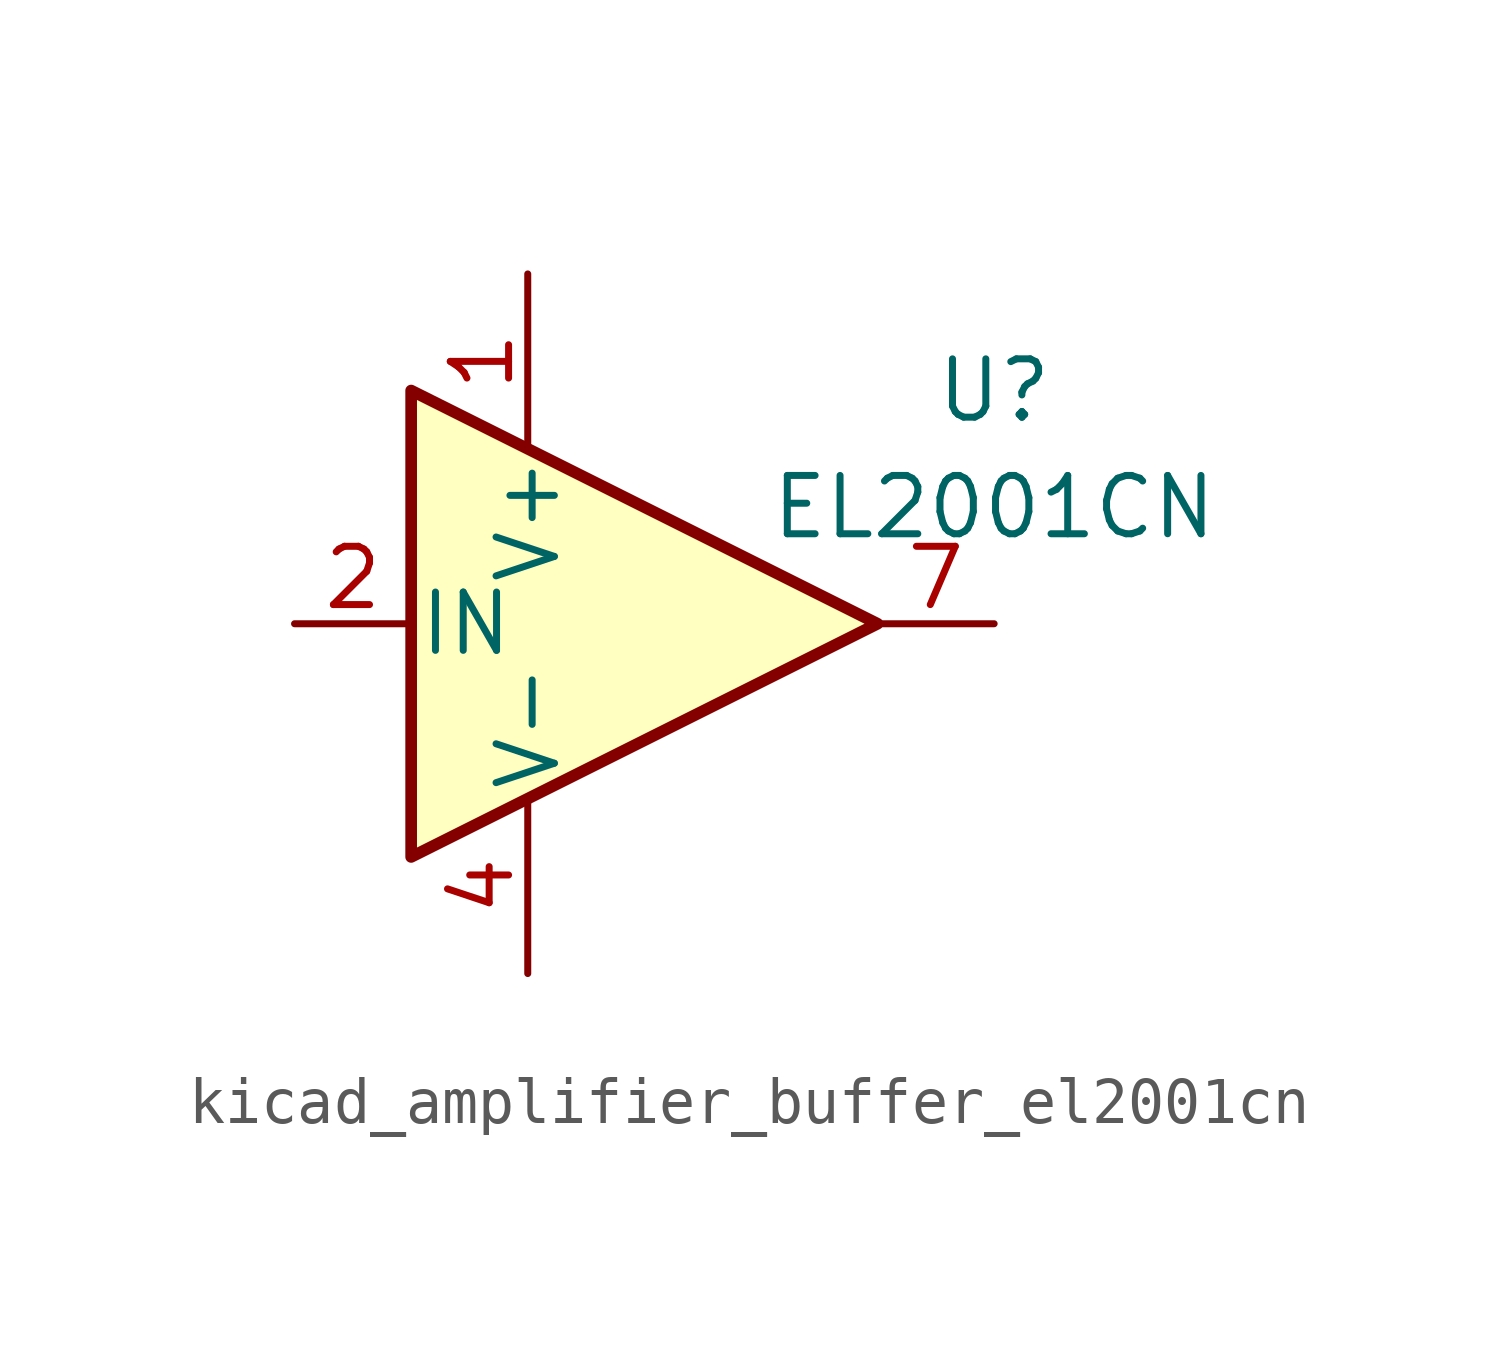
<source format=kicad_sym>
(kicad_symbol_lib
  (version 20220914)
  (generator kicad_symbol_editor)
  (symbol "kicad_amplifier_buffer_el2001cn"
    (pin_names
      (offset 0.127))
    (property "Reference" "U"
      (at 7.62 5.08 0)
      (effects (font (size 1.27 1.27))))
    (property "Value" "EL2001CN"
      (at 7.62 2.54 0)
      (effects (font (size 1.27 1.27))))
    (symbol "kicad_amplifier_buffer_el2001cn_0_1"
      (polyline (pts (xy 5.08 0) (xy -5.08 5.08) (xy -5.08 -5.08) (xy 5.08 0)) (stroke (width 0.254) (type default)) (fill (type background))))
    (symbol "kicad_amplifier_buffer_el2001cn_1_1"
      (pin power_in line (at -2.54 7.62 270) (length 3.81) (name "V+" (effects (font (size 1.27 1.27)))) (number "1" (effects (font (size 1.27 1.27)))))
      (pin input line (at -7.62 0 0) (length 2.54) (name "IN" (effects (font (size 1.27 1.27)))) (number "2" (effects (font (size 1.27 1.27)))))
      (pin no_connect line (at -5.08 2.54 0) (length 2.54) hide (name "NC" (effects (font (size 1.27 1.27)))) (number "3" (effects (font (size 1.27 1.27)))))
      (pin power_in line (at -2.54 -7.62 90) (length 3.81) (name "V-" (effects (font (size 1.27 1.27)))) (number "4" (effects (font (size 1.27 1.27)))))
      (pin no_connect line (at -5.08 -2.54 0) (length 2.54) hide (name "NC" (effects (font (size 1.27 1.27)))) (number "5" (effects (font (size 1.27 1.27)))))
      (pin no_connect line (at -5.08 -5.08 0) (length 2.54) hide (name "NC" (effects (font (size 1.27 1.27)))) (number "6" (effects (font (size 1.27 1.27)))))
      (pin output line (at 7.62 0 180) (length 2.54) (name "~" (effects (font (size 1.27 1.27)))) (number "7" (effects (font (size 1.27 1.27)))))
      (pin no_connect line (at -5.08 5.08 0) (length 2.54) hide (name "NC" (effects (font (size 1.27 1.27)))) (number "8" (effects (font (size 1.27 1.27))))))))
</source>
